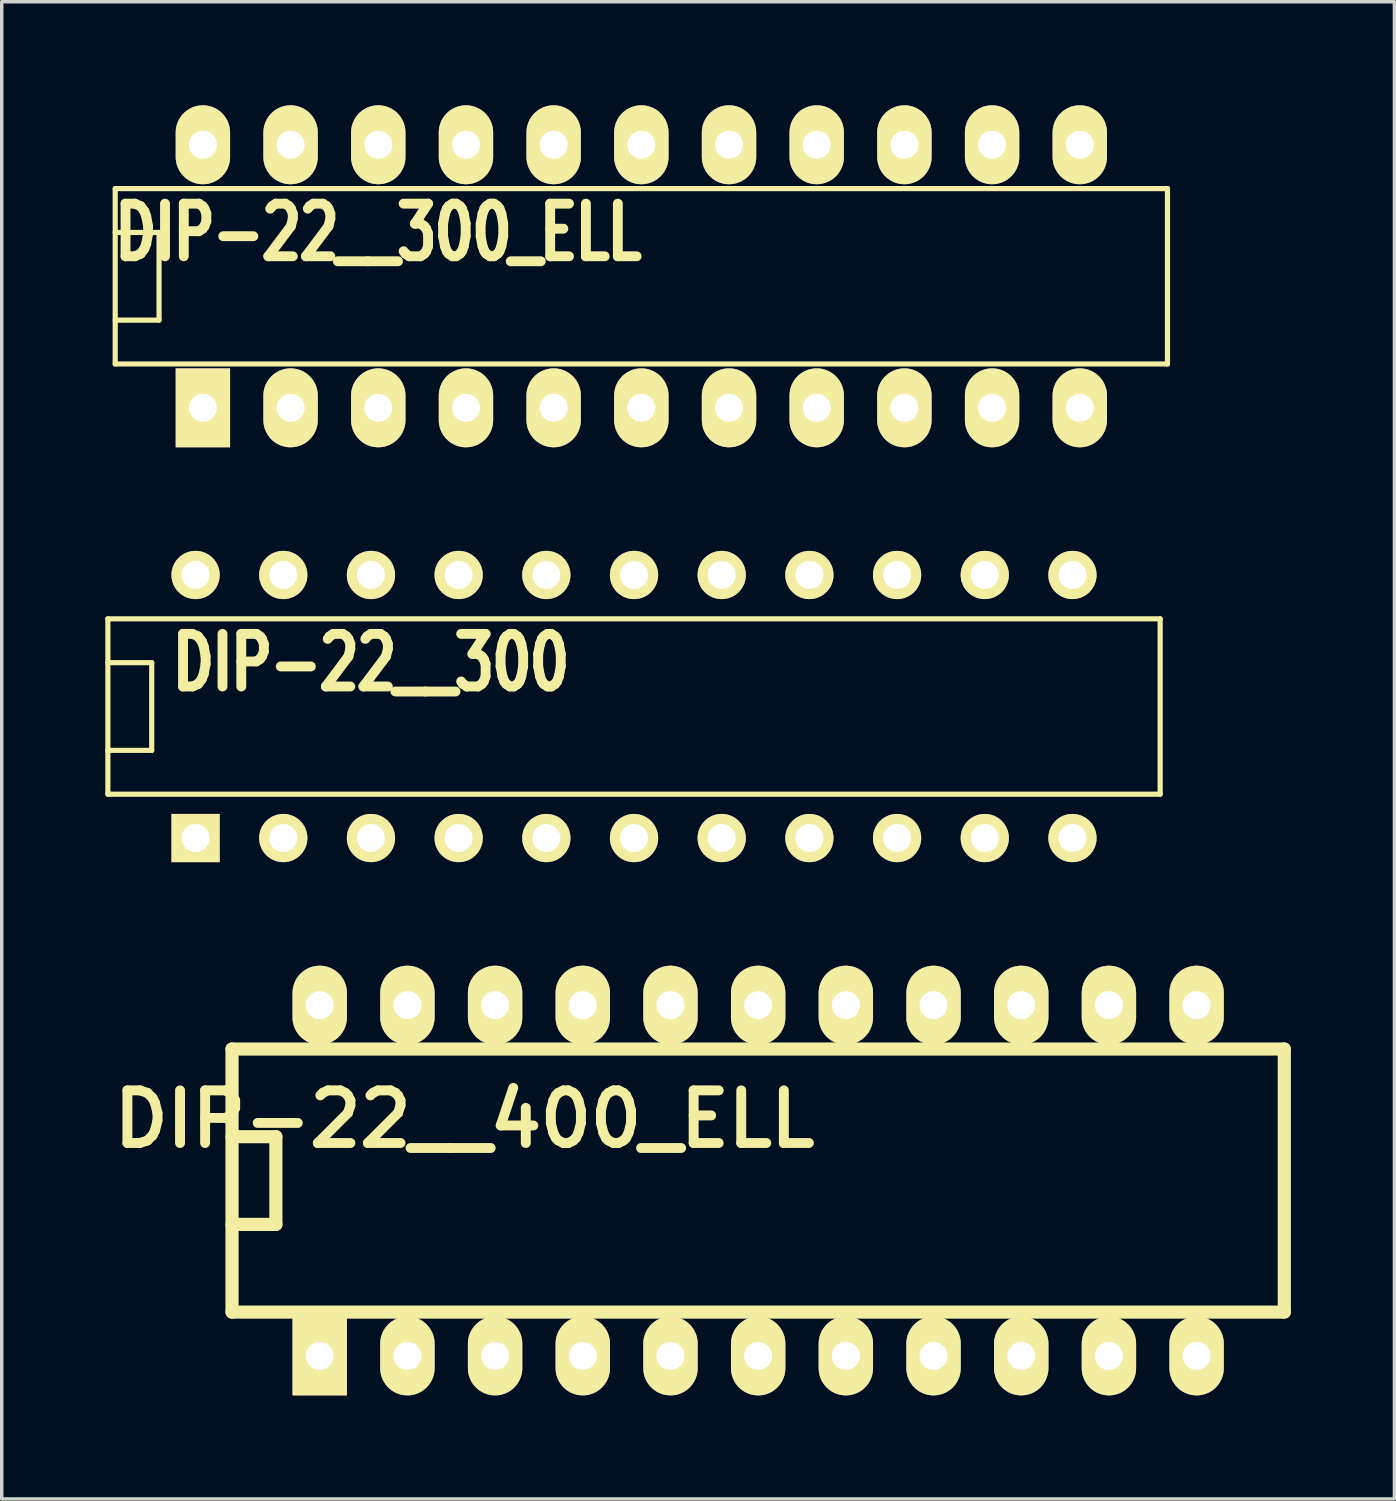
<source format=kicad_pcb>
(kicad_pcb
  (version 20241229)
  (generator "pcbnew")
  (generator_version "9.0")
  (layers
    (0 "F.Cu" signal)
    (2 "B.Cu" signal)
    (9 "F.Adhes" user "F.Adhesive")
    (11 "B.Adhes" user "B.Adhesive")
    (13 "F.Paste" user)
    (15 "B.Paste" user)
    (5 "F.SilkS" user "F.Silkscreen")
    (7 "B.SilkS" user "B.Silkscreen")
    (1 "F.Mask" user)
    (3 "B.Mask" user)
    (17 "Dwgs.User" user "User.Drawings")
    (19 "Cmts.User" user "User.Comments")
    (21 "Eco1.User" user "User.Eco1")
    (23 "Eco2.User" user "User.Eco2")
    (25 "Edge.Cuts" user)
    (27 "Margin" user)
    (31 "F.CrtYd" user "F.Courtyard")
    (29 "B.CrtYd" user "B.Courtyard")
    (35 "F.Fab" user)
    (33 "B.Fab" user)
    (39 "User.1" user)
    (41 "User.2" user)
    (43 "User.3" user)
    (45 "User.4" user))
  (footprint "DIP-22__400_ELL"
    (layer "F.Cu")
    (at 18.911 31.146)
    (property "Reference" "DIP-22__400_ELL" (at -8.509 -1.778 0) (layer "F.SilkS") (effects (font (size 1.524 1.524) (thickness 0.287))))
    (attr through_hole)
    (fp_line (start -15.24 -3.81) (end 15.24 -3.81) (stroke (width 0.381) (type solid)) (layer "F.SilkS"))
    (fp_line (start -15.24 -1.27) (end -13.97 -1.27) (stroke (width 0.381) (type solid)) (layer "F.SilkS"))
    (fp_line (start -15.24 3.81) (end -15.24 -3.81) (stroke (width 0.381) (type solid)) (layer "F.SilkS"))
    (fp_line (start -13.97 -1.27) (end -13.97 1.27) (stroke (width 0.381) (type solid)) (layer "F.SilkS"))
    (fp_line (start -13.97 1.27) (end -15.24 1.27) (stroke (width 0.381) (type solid)) (layer "F.SilkS"))
    (fp_line (start 15.24 -3.81) (end 15.24 3.81) (stroke (width 0.381) (type solid)) (layer "F.SilkS"))
    (fp_line (start 15.24 3.81) (end -15.24 3.81) (stroke (width 0.381) (type solid)) (layer "F.SilkS"))
    (pad "1" thru_hole rect (at -12.7 5.08) (size 1.575 2.286) (drill 0.813) (layers "*.Cu" "*.Mask" "F.SilkS"))
    (pad "2" thru_hole oval (at -10.16 5.08) (size 1.575 2.286) (drill 0.813) (layers "*.Cu" "*.Mask" "F.SilkS"))
    (pad "3" thru_hole oval (at -7.62 5.08) (size 1.575 2.286) (drill 0.813) (layers "*.Cu" "*.Mask" "F.SilkS"))
    (pad "4" thru_hole oval (at -5.08 5.08) (size 1.575 2.286) (drill 0.813) (layers "*.Cu" "*.Mask" "F.SilkS"))
    (pad "5" thru_hole oval (at -2.54 5.08) (size 1.575 2.286) (drill 0.813) (layers "*.Cu" "*.Mask" "F.SilkS"))
    (pad "6" thru_hole oval (at 0 5.08) (size 1.575 2.286) (drill 0.813) (layers "*.Cu" "*.Mask" "F.SilkS"))
    (pad "7" thru_hole oval (at 2.54 5.08) (size 1.575 2.286) (drill 0.813) (layers "*.Cu" "*.Mask" "F.SilkS"))
    (pad "8" thru_hole oval (at 5.08 5.08) (size 1.575 2.286) (drill 0.813) (layers "*.Cu" "*.Mask" "F.SilkS"))
    (pad "9" thru_hole oval (at 7.62 5.08) (size 1.575 2.286) (drill 0.813) (layers "*.Cu" "*.Mask" "F.SilkS"))
    (pad "10" thru_hole oval (at 10.16 5.08) (size 1.575 2.286) (drill 0.813) (layers "*.Cu" "*.Mask" "F.SilkS"))
    (pad "11" thru_hole oval (at 12.7 5.08) (size 1.575 2.286) (drill 0.813) (layers "*.Cu" "*.Mask" "F.SilkS"))
    (pad "12" thru_hole oval (at 12.7 -5.08) (size 1.575 2.286) (drill 0.813) (layers "*.Cu" "*.Mask" "F.SilkS"))
    (pad "13" thru_hole oval (at 10.16 -5.08) (size 1.575 2.286) (drill 0.813) (layers "*.Cu" "*.Mask" "F.SilkS"))
    (pad "14" thru_hole oval (at 7.62 -5.08) (size 1.575 2.286) (drill 0.813) (layers "*.Cu" "*.Mask" "F.SilkS"))
    (pad "15" thru_hole oval (at 5.08 -5.08) (size 1.575 2.286) (drill 0.813) (layers "*.Cu" "*.Mask" "F.SilkS"))
    (pad "16" thru_hole oval (at 2.54 -5.08) (size 1.575 2.286) (drill 0.813) (layers "*.Cu" "*.Mask" "F.SilkS"))
    (pad "17" thru_hole oval (at 0 -5.08) (size 1.575 2.286) (drill 0.813) (layers "*.Cu" "*.Mask" "F.SilkS"))
    (pad "18" thru_hole oval (at -2.54 -5.08) (size 1.575 2.286) (drill 0.813) (layers "*.Cu" "*.Mask" "F.SilkS"))
    (pad "19" thru_hole oval (at -5.08 -5.08) (size 1.575 2.286) (drill 0.813) (layers "*.Cu" "*.Mask" "F.SilkS"))
    (pad "20" thru_hole oval (at -7.62 -5.08) (size 1.575 2.286) (drill 0.813) (layers "*.Cu" "*.Mask" "F.SilkS"))
    (pad "21" thru_hole oval (at -10.16 -5.08) (size 1.575 2.286) (drill 0.813) (layers "*.Cu" "*.Mask" "F.SilkS"))
    (pad "22" thru_hole oval (at -12.7 -5.08) (size 1.575 2.286) (drill 0.813) (layers "*.Cu" "*.Mask" "F.SilkS")))
  (footprint "DIP-22__300"
    (layer "F.Cu")
    (at 15.315 17.415)
    (property "Reference" "DIP-22__300" (at -7.62 -1.27 0) (layer "F.SilkS") (effects (font (size 1.524 1.143) (thickness 0.305))))
    (attr through_hole)
    (fp_line (start -15.24 -2.54) (end 15.24 -2.54) (stroke (width 0.15) (type solid)) (layer "F.SilkS"))
    (fp_line (start -15.24 -1.27) (end -13.97 -1.27) (stroke (width 0.15) (type solid)) (layer "F.SilkS"))
    (fp_line (start -15.24 2.54) (end -15.24 -2.54) (stroke (width 0.15) (type solid)) (layer "F.SilkS"))
    (fp_line (start -13.97 -1.27) (end -13.97 1.27) (stroke (width 0.15) (type solid)) (layer "F.SilkS"))
    (fp_line (start -13.97 1.27) (end -15.24 1.27) (stroke (width 0.15) (type solid)) (layer "F.SilkS"))
    (fp_line (start 15.24 -2.54) (end 15.24 2.54) (stroke (width 0.15) (type solid)) (layer "F.SilkS"))
    (fp_line (start 15.24 2.54) (end -15.24 2.54) (stroke (width 0.15) (type solid)) (layer "F.SilkS"))
    (pad "1" thru_hole rect (at -12.7 3.81) (size 1.397 1.397) (drill 0.813) (layers "*.Cu" "*.Mask" "F.SilkS"))
    (pad "2" thru_hole circle (at -10.16 3.81) (size 1.397 1.397) (drill 0.813) (layers "*.Cu" "*.Mask" "F.SilkS"))
    (pad "3" thru_hole circle (at -7.62 3.81) (size 1.397 1.397) (drill 0.813) (layers "*.Cu" "*.Mask" "F.SilkS"))
    (pad "4" thru_hole circle (at -5.08 3.81) (size 1.397 1.397) (drill 0.813) (layers "*.Cu" "*.Mask" "F.SilkS"))
    (pad "5" thru_hole circle (at -2.54 3.81) (size 1.397 1.397) (drill 0.813) (layers "*.Cu" "*.Mask" "F.SilkS"))
    (pad "6" thru_hole circle (at 0 3.81) (size 1.397 1.397) (drill 0.813) (layers "*.Cu" "*.Mask" "F.SilkS"))
    (pad "7" thru_hole circle (at 2.54 3.81) (size 1.397 1.397) (drill 0.813) (layers "*.Cu" "*.Mask" "F.SilkS"))
    (pad "8" thru_hole circle (at 5.08 3.81) (size 1.397 1.397) (drill 0.813) (layers "*.Cu" "*.Mask" "F.SilkS"))
    (pad "9" thru_hole circle (at 7.62 3.81) (size 1.397 1.397) (drill 0.813) (layers "*.Cu" "*.Mask" "F.SilkS"))
    (pad "10" thru_hole circle (at 10.16 3.81) (size 1.397 1.397) (drill 0.813) (layers "*.Cu" "*.Mask" "F.SilkS"))
    (pad "11" thru_hole circle (at 12.7 3.81) (size 1.397 1.397) (drill 0.813) (layers "*.Cu" "*.Mask" "F.SilkS"))
    (pad "12" thru_hole circle (at 12.7 -3.81) (size 1.397 1.397) (drill 0.813) (layers "*.Cu" "*.Mask" "F.SilkS"))
    (pad "13" thru_hole circle (at 10.16 -3.81) (size 1.397 1.397) (drill 0.813) (layers "*.Cu" "*.Mask" "F.SilkS"))
    (pad "14" thru_hole circle (at 7.62 -3.81) (size 1.397 1.397) (drill 0.813) (layers "*.Cu" "*.Mask" "F.SilkS"))
    (pad "15" thru_hole circle (at 5.08 -3.81) (size 1.397 1.397) (drill 0.813) (layers "*.Cu" "*.Mask" "F.SilkS"))
    (pad "16" thru_hole circle (at 2.54 -3.81) (size 1.397 1.397) (drill 0.813) (layers "*.Cu" "*.Mask" "F.SilkS"))
    (pad "17" thru_hole circle (at 0 -3.81) (size 1.397 1.397) (drill 0.813) (layers "*.Cu" "*.Mask" "F.SilkS"))
    (pad "18" thru_hole circle (at -2.54 -3.81) (size 1.397 1.397) (drill 0.813) (layers "*.Cu" "*.Mask" "F.SilkS"))
    (pad "19" thru_hole circle (at -5.08 -3.81) (size 1.397 1.397) (drill 0.813) (layers "*.Cu" "*.Mask" "F.SilkS"))
    (pad "20" thru_hole circle (at -7.62 -3.81) (size 1.397 1.397) (drill 0.813) (layers "*.Cu" "*.Mask" "F.SilkS"))
    (pad "21" thru_hole circle (at -10.16 -3.81) (size 1.397 1.397) (drill 0.813) (layers "*.Cu" "*.Mask" "F.SilkS"))
    (pad "22" thru_hole circle (at -12.7 -3.81) (size 1.397 1.397) (drill 0.813) (layers "*.Cu" "*.Mask" "F.SilkS")))
  (footprint "DIP-22__300_ELL"
    (layer "F.Cu")
    (at 15.527 4.953)
    (property "Reference" "DIP-22__300_ELL" (at -7.62 -1.27 0) (layer "F.SilkS") (effects (font (size 1.524 1.143) (thickness 0.305))))
    (attr through_hole)
    (fp_line (start -15.24 -2.54) (end 15.24 -2.54) (stroke (width 0.15) (type solid)) (layer "F.SilkS"))
    (fp_line (start -15.24 -1.27) (end -13.97 -1.27) (stroke (width 0.15) (type solid)) (layer "F.SilkS"))
    (fp_line (start -15.24 2.54) (end -15.24 -2.54) (stroke (width 0.15) (type solid)) (layer "F.SilkS"))
    (fp_line (start -13.97 -1.27) (end -13.97 1.27) (stroke (width 0.15) (type solid)) (layer "F.SilkS"))
    (fp_line (start -13.97 1.27) (end -15.24 1.27) (stroke (width 0.15) (type solid)) (layer "F.SilkS"))
    (fp_line (start 15.24 -2.54) (end 15.24 2.54) (stroke (width 0.15) (type solid)) (layer "F.SilkS"))
    (fp_line (start 15.24 2.54) (end -15.24 2.54) (stroke (width 0.15) (type solid)) (layer "F.SilkS"))
    (pad "1" thru_hole rect (at -12.7 3.81) (size 1.575 2.286) (drill 0.813) (layers "*.Cu" "*.Mask" "F.SilkS"))
    (pad "2" thru_hole oval (at -10.16 3.81) (size 1.575 2.286) (drill 0.813) (layers "*.Cu" "*.Mask" "F.SilkS"))
    (pad "3" thru_hole oval (at -7.62 3.81) (size 1.575 2.286) (drill 0.813) (layers "*.Cu" "*.Mask" "F.SilkS"))
    (pad "4" thru_hole oval (at -5.08 3.81) (size 1.575 2.286) (drill 0.813) (layers "*.Cu" "*.Mask" "F.SilkS"))
    (pad "5" thru_hole oval (at -2.54 3.81) (size 1.575 2.286) (drill 0.813) (layers "*.Cu" "*.Mask" "F.SilkS"))
    (pad "6" thru_hole oval (at 0 3.81) (size 1.575 2.286) (drill 0.813) (layers "*.Cu" "*.Mask" "F.SilkS"))
    (pad "7" thru_hole oval (at 2.54 3.81) (size 1.575 2.286) (drill 0.813) (layers "*.Cu" "*.Mask" "F.SilkS"))
    (pad "8" thru_hole oval (at 5.08 3.81) (size 1.575 2.286) (drill 0.813) (layers "*.Cu" "*.Mask" "F.SilkS"))
    (pad "9" thru_hole oval (at 7.62 3.81) (size 1.575 2.286) (drill 0.813) (layers "*.Cu" "*.Mask" "F.SilkS"))
    (pad "10" thru_hole oval (at 10.16 3.81) (size 1.575 2.286) (drill 0.813) (layers "*.Cu" "*.Mask" "F.SilkS"))
    (pad "11" thru_hole oval (at 12.7 3.81) (size 1.575 2.286) (drill 0.813) (layers "*.Cu" "*.Mask" "F.SilkS"))
    (pad "12" thru_hole oval (at 12.7 -3.81) (size 1.575 2.286) (drill 0.813) (layers "*.Cu" "*.Mask" "F.SilkS"))
    (pad "13" thru_hole oval (at 10.16 -3.81) (size 1.575 2.286) (drill 0.813) (layers "*.Cu" "*.Mask" "F.SilkS"))
    (pad "14" thru_hole oval (at 7.62 -3.81) (size 1.575 2.286) (drill 0.813) (layers "*.Cu" "*.Mask" "F.SilkS"))
    (pad "15" thru_hole oval (at 5.08 -3.81) (size 1.575 2.286) (drill 0.813) (layers "*.Cu" "*.Mask" "F.SilkS"))
    (pad "16" thru_hole oval (at 2.54 -3.81) (size 1.575 2.286) (drill 0.813) (layers "*.Cu" "*.Mask" "F.SilkS"))
    (pad "17" thru_hole oval (at 0 -3.81) (size 1.575 2.286) (drill 0.813) (layers "*.Cu" "*.Mask" "F.SilkS"))
    (pad "18" thru_hole oval (at -2.54 -3.81) (size 1.575 2.286) (drill 0.813) (layers "*.Cu" "*.Mask" "F.SilkS"))
    (pad "19" thru_hole oval (at -5.08 -3.81) (size 1.575 2.286) (drill 0.813) (layers "*.Cu" "*.Mask" "F.SilkS"))
    (pad "20" thru_hole oval (at -7.62 -3.81) (size 1.575 2.286) (drill 0.813) (layers "*.Cu" "*.Mask" "F.SilkS"))
    (pad "21" thru_hole oval (at -10.16 -3.81) (size 1.575 2.286) (drill 0.813) (layers "*.Cu" "*.Mask" "F.SilkS"))
    (pad "22" thru_hole oval (at -12.7 -3.81) (size 1.575 2.286) (drill 0.813) (layers "*.Cu" "*.Mask" "F.SilkS")))
  (gr_rect
    (start -3 -3)
    (end 37.341 40.369)
    (stroke (width 0.1) (type default))
    (fill no)
    (layer "Edge.Cuts")))
</source>
